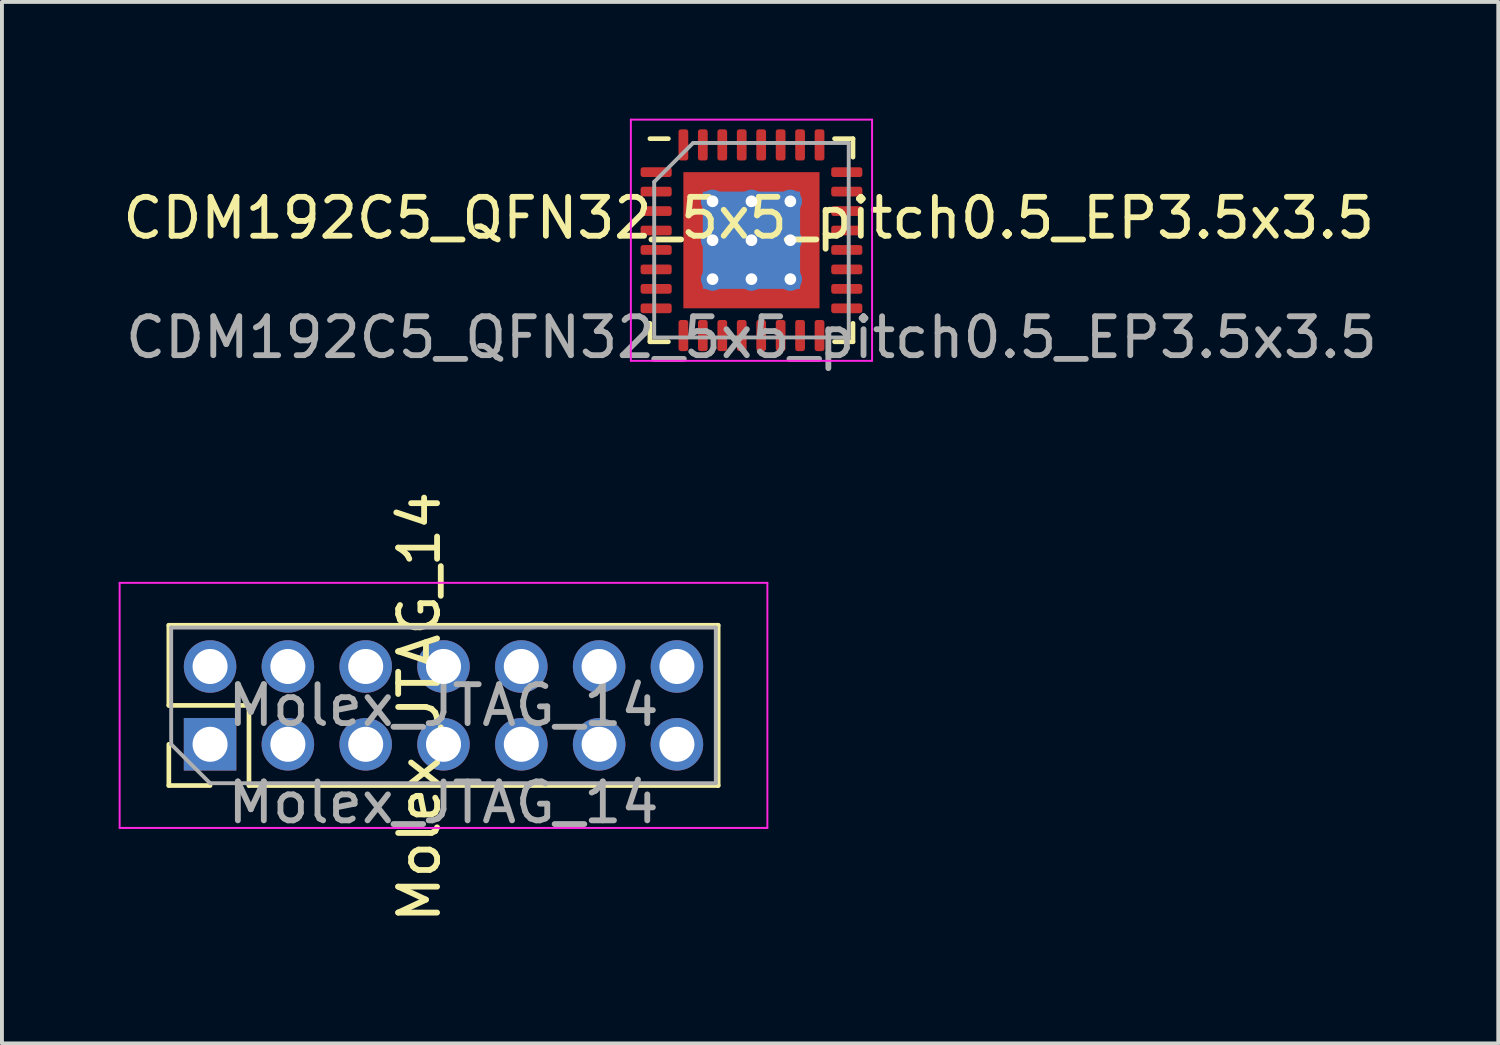
<source format=kicad_pcb>
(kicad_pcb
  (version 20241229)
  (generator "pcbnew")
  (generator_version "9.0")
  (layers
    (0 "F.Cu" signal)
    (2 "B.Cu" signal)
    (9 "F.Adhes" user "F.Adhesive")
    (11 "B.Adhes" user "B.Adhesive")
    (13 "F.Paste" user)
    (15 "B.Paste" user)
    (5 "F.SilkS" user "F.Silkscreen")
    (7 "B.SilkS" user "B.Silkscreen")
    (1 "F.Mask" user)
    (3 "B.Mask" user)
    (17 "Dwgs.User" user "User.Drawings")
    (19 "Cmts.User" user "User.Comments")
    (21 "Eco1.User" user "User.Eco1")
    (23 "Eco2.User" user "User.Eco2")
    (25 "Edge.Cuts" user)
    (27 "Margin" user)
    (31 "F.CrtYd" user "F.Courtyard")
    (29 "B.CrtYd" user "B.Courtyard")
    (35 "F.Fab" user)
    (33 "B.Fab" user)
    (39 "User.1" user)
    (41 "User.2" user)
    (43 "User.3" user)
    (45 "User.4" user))
  (footprint "Molex_JTAG_14"
    (layer "F.Cu")
    (at 8.35 15.082)
    (property "Reference" "Molex_JTAG_14" (at -0.62 0.04 90) (unlocked yes) (layer "F.SilkS") (effects (font (size 1 1) (thickness 0.15))))
    (attr smd)
    (fp_line (start -7.06 -2.06) (end 7.06 -2.06) (stroke (width 0.12) (type solid)) (layer "F.SilkS"))
    (fp_line (start -7.06 0) (end -7.06 -2.06) (stroke (width 0.12) (type solid)) (layer "F.SilkS"))
    (fp_line (start -7.06 2.06) (end -7.06 1) (stroke (width 0.12) (type solid)) (layer "F.SilkS"))
    (fp_line (start -6 2.06) (end -7.06 2.06) (stroke (width 0.12) (type solid)) (layer "F.SilkS"))
    (fp_line (start -5 0) (end -7.06 0) (stroke (width 0.12) (type solid)) (layer "F.SilkS"))
    (fp_line (start -5 2.06) (end -5 0) (stroke (width 0.12) (type solid)) (layer "F.SilkS"))
    (fp_line (start -5 2.06) (end 7.06 2.06) (stroke (width 0.12) (type solid)) (layer "F.SilkS"))
    (fp_line (start 7.06 2.06) (end 7.06 -2.06) (stroke (width 0.12) (type solid)) (layer "F.SilkS"))
    (fp_line (start -8.325 -3.15) (end -8.325 3.15) (stroke (width 0.05) (type solid)) (layer "F.CrtYd"))
    (fp_line (start -8.325 3.15) (end 8.325 3.15) (stroke (width 0.05) (type solid)) (layer "F.CrtYd"))
    (fp_line (start 8.325 -3.15) (end -8.325 -3.15) (stroke (width 0.05) (type solid)) (layer "F.CrtYd"))
    (fp_line (start 8.325 3.15) (end 8.325 -3.15) (stroke (width 0.05) (type solid)) (layer "F.CrtYd"))
    (fp_line (start -7 -2) (end 7 -2) (stroke (width 0.1) (type solid)) (layer "F.Fab"))
    (fp_line (start -7 1) (end -7 -2) (stroke (width 0.1) (type solid)) (layer "F.Fab"))
    (fp_line (start -6 2) (end -7 1) (stroke (width 0.1) (type solid)) (layer "F.Fab"))
    (fp_line (start 7 -2) (end 7 2) (stroke (width 0.1) (type solid)) (layer "F.Fab"))
    (fp_line (start 7 2) (end -6 2) (stroke (width 0.1) (type solid)) (layer "F.Fab"))
    (fp_text user "${REFERENCE}" (at 0 2.5 0) (unlocked yes) (layer "F.Fab") (effects (font (size 1 1) (thickness 0.15))))
    (fp_text user "${REFERENCE}" (at 0 0 180) (layer "F.Fab") (effects (font (size 1 1) (thickness 0.15))))
    (pad "1" thru_hole rect (at -6 1 90) (size 1.35 1.35) (drill 0.9) (layers "*.Cu" "*.Mask"))
    (pad "2" thru_hole oval (at -6 -1 90) (size 1.35 1.35) (drill 0.9) (layers "*.Cu" "*.Mask"))
    (pad "3" thru_hole oval (at -4 1 90) (size 1.35 1.35) (drill 0.9) (layers "*.Cu" "*.Mask"))
    (pad "4" thru_hole oval (at -4 -1 90) (size 1.35 1.35) (drill 0.9) (layers "*.Cu" "*.Mask"))
    (pad "5" thru_hole oval (at -2 1 90) (size 1.35 1.35) (drill 0.9) (layers "*.Cu" "*.Mask"))
    (pad "6" thru_hole oval (at -2 -1 90) (size 1.35 1.35) (drill 0.9) (layers "*.Cu" "*.Mask"))
    (pad "7" thru_hole oval (at 0 1 90) (size 1.35 1.35) (drill 0.9) (layers "*.Cu" "*.Mask"))
    (pad "8" thru_hole oval (at 0 -1 90) (size 1.35 1.35) (drill 0.9) (layers "*.Cu" "*.Mask"))
    (pad "9" thru_hole oval (at 2 1 90) (size 1.35 1.35) (drill 0.9) (layers "*.Cu" "*.Mask"))
    (pad "10" thru_hole oval (at 2 -1 90) (size 1.35 1.35) (drill 0.9) (layers "*.Cu" "*.Mask"))
    (pad "11" thru_hole oval (at 4 1 90) (size 1.35 1.35) (drill 0.9) (layers "*.Cu" "*.Mask"))
    (pad "12" thru_hole oval (at 4 -1 90) (size 1.35 1.35) (drill 0.9) (layers "*.Cu" "*.Mask"))
    (pad "13" thru_hole oval (at 6 1 90) (size 1.35 1.35) (drill 0.9) (layers "*.Cu" "*.Mask"))
    (pad "14" thru_hole oval (at 6 -1 90) (size 1.35 1.35) (drill 0.9) (layers "*.Cu" "*.Mask")))
  (footprint "CDM192C5_QFN32_5x5_pitch0.5_EP3.5x3.5"
    (layer "F.Cu")
    (at 16.266 3.125)
    (property "Reference" "CDM192C5_QFN32_5x5_pitch0.5_EP3.5x3.5" (at -0.07 -0.57 0) (unlocked yes) (layer "F.SilkS") (effects (font (size 1 1) (thickness 0.15))))
    (attr smd)
    (fp_line (start -2.61 2.61) (end -2.61 2.135) (stroke (width 0.12) (type solid)) (layer "F.SilkS"))
    (fp_line (start -2.135 -2.61) (end -2.61 -2.61) (stroke (width 0.12) (type solid)) (layer "F.SilkS"))
    (fp_line (start -2.135 2.61) (end -2.61 2.61) (stroke (width 0.12) (type solid)) (layer "F.SilkS"))
    (fp_line (start 2.135 -2.61) (end 2.61 -2.61) (stroke (width 0.12) (type solid)) (layer "F.SilkS"))
    (fp_line (start 2.135 2.61) (end 2.61 2.61) (stroke (width 0.12) (type solid)) (layer "F.SilkS"))
    (fp_line (start 2.61 -2.61) (end 2.61 -2.135) (stroke (width 0.12) (type solid)) (layer "F.SilkS"))
    (fp_line (start 2.61 2.61) (end 2.61 2.135) (stroke (width 0.12) (type solid)) (layer "F.SilkS"))
    (fp_line (start -3.1 -3.1) (end -3.1 3.1) (stroke (width 0.05) (type solid)) (layer "F.CrtYd"))
    (fp_line (start -3.1 3.1) (end 3.1 3.1) (stroke (width 0.05) (type solid)) (layer "F.CrtYd"))
    (fp_line (start 3.1 -3.1) (end -3.1 -3.1) (stroke (width 0.05) (type solid)) (layer "F.CrtYd"))
    (fp_line (start 3.1 3.1) (end 3.1 -3.1) (stroke (width 0.05) (type solid)) (layer "F.CrtYd"))
    (fp_line (start -2.5 -1.5) (end -1.5 -2.5) (stroke (width 0.1) (type solid)) (layer "F.Fab"))
    (fp_line (start -2.5 2.5) (end -2.5 -1.5) (stroke (width 0.1) (type solid)) (layer "F.Fab"))
    (fp_line (start -1.5 -2.5) (end 2.5 -2.5) (stroke (width 0.1) (type solid)) (layer "F.Fab"))
    (fp_line (start 2.5 -2.5) (end 2.5 2.5) (stroke (width 0.1) (type solid)) (layer "F.Fab"))
    (fp_line (start 2.5 2.5) (end -2.5 2.5) (stroke (width 0.1) (type solid)) (layer "F.Fab"))
    (fp_text user "${REFERENCE}" (at 0 2.5 0) (unlocked yes) (layer "F.Fab") (effects (font (size 1 1) (thickness 0.15))))
    (pad "" smd custom (at -1.4 -1.4) (size 0.555 0.555) (layers "F.Paste") (options (anchor circle)) (primitives (gr_poly (pts (xy 0.232 0.157) (xy 0.157 0.232) (xy -0.232 0.232) (xy -0.232 -0.232) (xy 0.232 -0.232)) (width 0.181) (fill yes))))
    (pad "" smd custom (at -1.4 -0.5) (size 0.568 0.568) (layers "F.Paste") (options (anchor circle)) (primitives (gr_poly (pts (xy 0.246 -0.263) (xy 0.246 0.263) (xy 0.182 0.326) (xy -0.246 0.326) (xy -0.246 -0.326) (xy 0.182 -0.326)) (width 0.153) (fill yes))))
    (pad "" smd custom (at -1.4 0.5) (size 0.568 0.568) (layers "F.Paste") (options (anchor circle)) (primitives (gr_poly (pts (xy 0.246 -0.263) (xy 0.246 0.263) (xy 0.182 0.326) (xy -0.246 0.326) (xy -0.246 -0.326) (xy 0.182 -0.326)) (width 0.153) (fill yes))))
    (pad "" smd custom (at -1.4 1.4) (size 0.555 0.555) (layers "F.Paste") (options (anchor circle)) (primitives (gr_poly (pts (xy 0.232 -0.157) (xy 0.232 0.232) (xy -0.232 0.232) (xy -0.232 -0.232) (xy 0.157 -0.232)) (width 0.181) (fill yes))))
    (pad "" smd custom (at -0.5 -1.4) (size 0.568 0.568) (layers "F.Paste") (options (anchor circle)) (primitives (gr_poly (pts (xy 0.326 0.182) (xy 0.263 0.246) (xy -0.263 0.246) (xy -0.326 0.182) (xy -0.326 -0.246) (xy 0.326 -0.246)) (width 0.153) (fill yes))))
    (pad "" smd roundrect (at -0.5 -0.5) (size 0.806 0.806) (layers "F.Paste") (roundrect_rratio 0.25))
    (pad "" smd roundrect (at -0.5 0.5) (size 0.806 0.806) (layers "F.Paste") (roundrect_rratio 0.25))
    (pad "" smd custom (at -0.5 1.4) (size 0.568 0.568) (layers "F.Paste") (options (anchor circle)) (primitives (gr_poly (pts (xy 0.326 -0.182) (xy 0.326 0.246) (xy -0.326 0.246) (xy -0.326 -0.182) (xy -0.263 -0.246) (xy 0.263 -0.246)) (width 0.153) (fill yes))))
    (pad "" smd custom (at 0.5 -1.4) (size 0.568 0.568) (layers "F.Paste") (options (anchor circle)) (primitives (gr_poly (pts (xy 0.326 0.182) (xy 0.263 0.246) (xy -0.263 0.246) (xy -0.326 0.182) (xy -0.326 -0.246) (xy 0.326 -0.246)) (width 0.153) (fill yes))))
    (pad "" smd roundrect (at 0.5 -0.5) (size 0.806 0.806) (layers "F.Paste") (roundrect_rratio 0.25))
    (pad "" smd roundrect (at 0.5 0.5) (size 0.806 0.806) (layers "F.Paste") (roundrect_rratio 0.25))
    (pad "" smd custom (at 0.5 1.4) (size 0.568 0.568) (layers "F.Paste") (options (anchor circle)) (primitives (gr_poly (pts (xy 0.326 -0.182) (xy 0.326 0.246) (xy -0.326 0.246) (xy -0.326 -0.182) (xy -0.263 -0.246) (xy 0.263 -0.246)) (width 0.153) (fill yes))))
    (pad "" smd custom (at 1.4 -1.4) (size 0.555 0.555) (layers "F.Paste") (options (anchor circle)) (primitives (gr_poly (pts (xy 0.232 0.232) (xy -0.157 0.232) (xy -0.232 0.157) (xy -0.232 -0.232) (xy 0.232 -0.232)) (width 0.181) (fill yes))))
    (pad "" smd custom (at 1.4 -0.5) (size 0.568 0.568) (layers "F.Paste") (options (anchor circle)) (primitives (gr_poly (pts (xy 0.246 0.326) (xy -0.182 0.326) (xy -0.246 0.263) (xy -0.246 -0.263) (xy -0.182 -0.326) (xy 0.246 -0.326)) (width 0.153) (fill yes))))
    (pad "" smd custom (at 1.4 0.5) (size 0.568 0.568) (layers "F.Paste") (options (anchor circle)) (primitives (gr_poly (pts (xy 0.246 0.326) (xy -0.182 0.326) (xy -0.246 0.263) (xy -0.246 -0.263) (xy -0.182 -0.326) (xy 0.246 -0.326)) (width 0.153) (fill yes))))
    (pad "" smd custom (at 1.4 1.4) (size 0.555 0.555) (layers "F.Paste") (options (anchor circle)) (primitives (gr_poly (pts (xy 0.232 0.232) (xy -0.232 0.232) (xy -0.232 -0.157) (xy -0.157 -0.232) (xy 0.232 -0.232)) (width 0.181) (fill yes))))
    (pad "1" smd roundrect (at -2.45 -1.75) (size 0.8 0.25) (layers "F.Cu" "F.Mask" "F.Paste") (roundrect_rratio 0.25))
    (pad "2" smd roundrect (at -2.45 -1.25) (size 0.8 0.25) (layers "F.Cu" "F.Mask" "F.Paste") (roundrect_rratio 0.25))
    (pad "3" smd roundrect (at -2.45 -0.75) (size 0.8 0.25) (layers "F.Cu" "F.Mask" "F.Paste") (roundrect_rratio 0.25))
    (pad "4" smd roundrect (at -2.45 -0.25) (size 0.8 0.25) (layers "F.Cu" "F.Mask" "F.Paste") (roundrect_rratio 0.25))
    (pad "5" smd roundrect (at -2.45 0.25) (size 0.8 0.25) (layers "F.Cu" "F.Mask" "F.Paste") (roundrect_rratio 0.25))
    (pad "6" smd roundrect (at -2.45 0.75) (size 0.8 0.25) (layers "F.Cu" "F.Mask" "F.Paste") (roundrect_rratio 0.25))
    (pad "7" smd roundrect (at -2.45 1.25) (size 0.8 0.25) (layers "F.Cu" "F.Mask" "F.Paste") (roundrect_rratio 0.25))
    (pad "8" smd roundrect (at -2.45 1.75) (size 0.8 0.25) (layers "F.Cu" "F.Mask" "F.Paste") (roundrect_rratio 0.25))
    (pad "9" smd roundrect (at -1.75 2.45) (size 0.25 0.8) (layers "F.Cu" "F.Mask" "F.Paste") (roundrect_rratio 0.25))
    (pad "10" smd roundrect (at -1.25 2.45) (size 0.25 0.8) (layers "F.Cu" "F.Mask" "F.Paste") (roundrect_rratio 0.25))
    (pad "11" smd roundrect (at -0.75 2.45) (size 0.25 0.8) (layers "F.Cu" "F.Mask" "F.Paste") (roundrect_rratio 0.25))
    (pad "12" smd roundrect (at -0.25 2.45) (size 0.25 0.8) (layers "F.Cu" "F.Mask" "F.Paste") (roundrect_rratio 0.25))
    (pad "13" smd roundrect (at 0.25 2.45) (size 0.25 0.8) (layers "F.Cu" "F.Mask" "F.Paste") (roundrect_rratio 0.25))
    (pad "14" smd roundrect (at 0.75 2.45) (size 0.25 0.8) (layers "F.Cu" "F.Mask" "F.Paste") (roundrect_rratio 0.25))
    (pad "15" smd roundrect (at 1.25 2.45) (size 0.25 0.8) (layers "F.Cu" "F.Mask" "F.Paste") (roundrect_rratio 0.25))
    (pad "16" smd roundrect (at 1.75 2.45) (size 0.25 0.8) (layers "F.Cu" "F.Mask" "F.Paste") (roundrect_rratio 0.25))
    (pad "17" smd roundrect (at 2.45 1.75) (size 0.8 0.25) (layers "F.Cu" "F.Mask" "F.Paste") (roundrect_rratio 0.25))
    (pad "18" smd roundrect (at 2.45 1.25) (size 0.8 0.25) (layers "F.Cu" "F.Mask" "F.Paste") (roundrect_rratio 0.25))
    (pad "19" smd roundrect (at 2.45 0.75) (size 0.8 0.25) (layers "F.Cu" "F.Mask" "F.Paste") (roundrect_rratio 0.25))
    (pad "20" smd roundrect (at 2.45 0.25) (size 0.8 0.25) (layers "F.Cu" "F.Mask" "F.Paste") (roundrect_rratio 0.25))
    (pad "21" smd roundrect (at 2.45 -0.25) (size 0.8 0.25) (layers "F.Cu" "F.Mask" "F.Paste") (roundrect_rratio 0.25))
    (pad "22" smd roundrect (at 2.45 -0.75) (size 0.8 0.25) (layers "F.Cu" "F.Mask" "F.Paste") (roundrect_rratio 0.25))
    (pad "23" smd roundrect (at 2.45 -1.25) (size 0.8 0.25) (layers "F.Cu" "F.Mask" "F.Paste") (roundrect_rratio 0.25))
    (pad "24" smd roundrect (at 2.45 -1.75) (size 0.8 0.25) (layers "F.Cu" "F.Mask" "F.Paste") (roundrect_rratio 0.25))
    (pad "25" smd roundrect (at 1.75 -2.45) (size 0.25 0.8) (layers "F.Cu" "F.Mask" "F.Paste") (roundrect_rratio 0.25))
    (pad "26" smd roundrect (at 1.25 -2.45) (size 0.25 0.8) (layers "F.Cu" "F.Mask" "F.Paste") (roundrect_rratio 0.25))
    (pad "27" smd roundrect (at 0.75 -2.45) (size 0.25 0.8) (layers "F.Cu" "F.Mask" "F.Paste") (roundrect_rratio 0.25))
    (pad "28" smd roundrect (at 0.25 -2.45) (size 0.25 0.8) (layers "F.Cu" "F.Mask" "F.Paste") (roundrect_rratio 0.25))
    (pad "29" smd roundrect (at -0.25 -2.45) (size 0.25 0.8) (layers "F.Cu" "F.Mask" "F.Paste") (roundrect_rratio 0.25))
    (pad "30" smd roundrect (at -0.75 -2.45) (size 0.25 0.8) (layers "F.Cu" "F.Mask" "F.Paste") (roundrect_rratio 0.25))
    (pad "31" smd roundrect (at -1.25 -2.45) (size 0.25 0.8) (layers "F.Cu" "F.Mask" "F.Paste") (roundrect_rratio 0.25))
    (pad "32" smd roundrect (at -1.75 -2.45) (size 0.25 0.8) (layers "F.Cu" "F.Mask" "F.Paste") (roundrect_rratio 0.25))
    (pad "33" thru_hole circle (at -1 -1) (size 0.6 0.6) (drill 0.3) (layers "*.Cu"))
    (pad "33" thru_hole circle (at -1 0) (size 0.6 0.6) (drill 0.3) (layers "*.Cu"))
    (pad "33" thru_hole circle (at -1 1) (size 0.6 0.6) (drill 0.3) (layers "*.Cu"))
    (pad "33" thru_hole circle (at 0 -1) (size 0.6 0.6) (drill 0.3) (layers "*.Cu"))
    (pad "33" thru_hole circle (at 0 0) (size 0.6 0.6) (drill 0.3) (layers "*.Cu"))
    (pad "33" smd rect (at 0 0) (size 2.5 2.5) (layers "B.Cu"))
    (pad "33" smd rect (at 0 0) (size 3.5 3.5) (layers "F.Cu" "F.Mask"))
    (pad "33" thru_hole circle (at 0 1) (size 0.6 0.6) (drill 0.3) (layers "*.Cu"))
    (pad "33" thru_hole circle (at 1 -1) (size 0.6 0.6) (drill 0.3) (layers "*.Cu"))
    (pad "33" thru_hole circle (at 1 0) (size 0.6 0.6) (drill 0.3) (layers "*.Cu"))
    (pad "33" thru_hole circle (at 1 1) (size 0.6 0.6) (drill 0.3) (layers "*.Cu")))
  (gr_rect
    (start -3 -3)
    (end 35.463 23.771)
    (stroke (width 0.1) (type default))
    (fill no)
    (layer "Edge.Cuts")))
</source>
